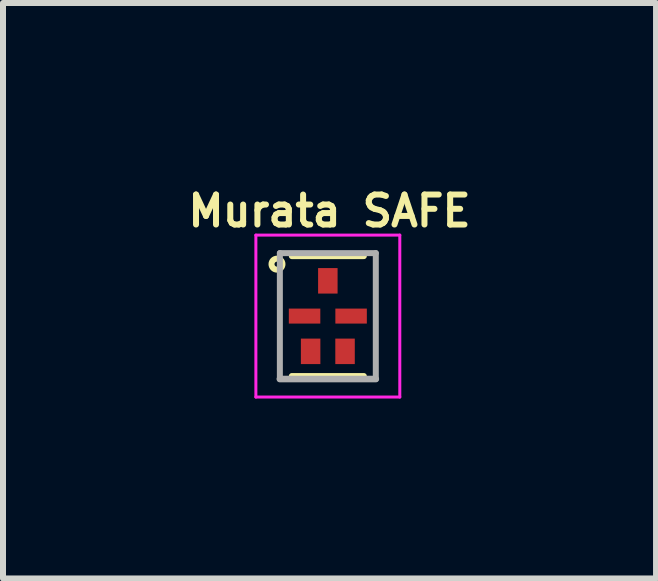
<source format=kicad_pcb>
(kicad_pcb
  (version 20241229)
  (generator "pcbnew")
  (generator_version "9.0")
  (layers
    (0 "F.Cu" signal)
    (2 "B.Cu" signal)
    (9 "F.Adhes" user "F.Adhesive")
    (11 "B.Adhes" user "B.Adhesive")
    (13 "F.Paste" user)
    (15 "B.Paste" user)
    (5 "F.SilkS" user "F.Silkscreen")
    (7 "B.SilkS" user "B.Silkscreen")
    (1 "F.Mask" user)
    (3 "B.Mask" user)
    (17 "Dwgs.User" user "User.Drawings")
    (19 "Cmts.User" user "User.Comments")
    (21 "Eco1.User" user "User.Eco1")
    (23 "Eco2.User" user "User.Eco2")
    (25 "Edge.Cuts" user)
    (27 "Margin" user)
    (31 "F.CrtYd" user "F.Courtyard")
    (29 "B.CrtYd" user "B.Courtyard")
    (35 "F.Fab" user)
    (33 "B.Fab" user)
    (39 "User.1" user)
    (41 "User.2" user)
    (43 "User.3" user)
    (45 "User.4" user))
  (footprint "Murata SAFE"
    (layer "F.Cu")
    (at 2.417 2.221)
    (property "Reference" "Murata SAFE" (at 0.028 -1.753 0) (layer "F.SilkS") (effects (font (size 0.5 0.5) (thickness 0.1))))
    (attr smd)
    (fp_line (start -0.6 -1) (end 0.6 -1) (stroke (width 0.1) (type solid)) (layer "F.SilkS"))
    (fp_line (start -0.6 1) (end 0.6 1) (stroke (width 0.1) (type solid)) (layer "F.SilkS"))
    (fp_circle (center -0.848 -0.866) (end -0.772 -0.917) (stroke (width 0.1) (type solid)) (fill no) (layer "F.SilkS"))
    (fp_line (start -1.2 -1.35) (end -1.2 1.35) (stroke (width 0.05) (type solid)) (layer "F.CrtYd"))
    (fp_line (start -1.2 1.35) (end 1.2 1.35) (stroke (width 0.05) (type solid)) (layer "F.CrtYd"))
    (fp_line (start 1.2 -1.35) (end -1.2 -1.35) (stroke (width 0.05) (type solid)) (layer "F.CrtYd"))
    (fp_line (start 1.2 1.35) (end 1.2 -1.35) (stroke (width 0.05) (type solid)) (layer "F.CrtYd"))
    (fp_line (start -0.8 -1.05) (end 0.8 -1.05) (stroke (width 0.1) (type solid)) (layer "F.Fab"))
    (fp_line (start -0.8 1.05) (end -0.8 -1.05) (stroke (width 0.1) (type solid)) (layer "F.Fab"))
    (fp_line (start 0.8 -1.05) (end 0.8 1.05) (stroke (width 0.1) (type solid)) (layer "F.Fab"))
    (fp_line (start 0.8 1.05) (end -0.8 1.05) (stroke (width 0.11) (type solid)) (layer "F.Fab"))
    (pad "1" smd rect (at 0 -0.588 90) (size 0.425 0.325) (layers "F.Cu" "F.Mask" "F.Paste"))
    (pad "2" smd rect (at -0.388 0) (size 0.525 0.25) (layers "F.Cu" "F.Mask" "F.Paste"))
    (pad "3" smd rect (at -0.287 0.588) (size 0.325 0.425) (layers "F.Cu" "F.Mask" "F.Paste"))
    (pad "4" smd rect (at 0.287 0.588) (size 0.325 0.425) (layers "F.Cu" "F.Mask" "F.Paste"))
    (pad "5" smd rect (at 0.388 0) (size 0.525 0.25) (layers "F.Cu" "F.Mask" "F.Paste")))
  (gr_rect
    (start -3 -3)
    (end 7.89 6.596)
    (stroke (width 0.1) (type default))
    (fill no)
    (layer "Edge.Cuts")))
</source>
